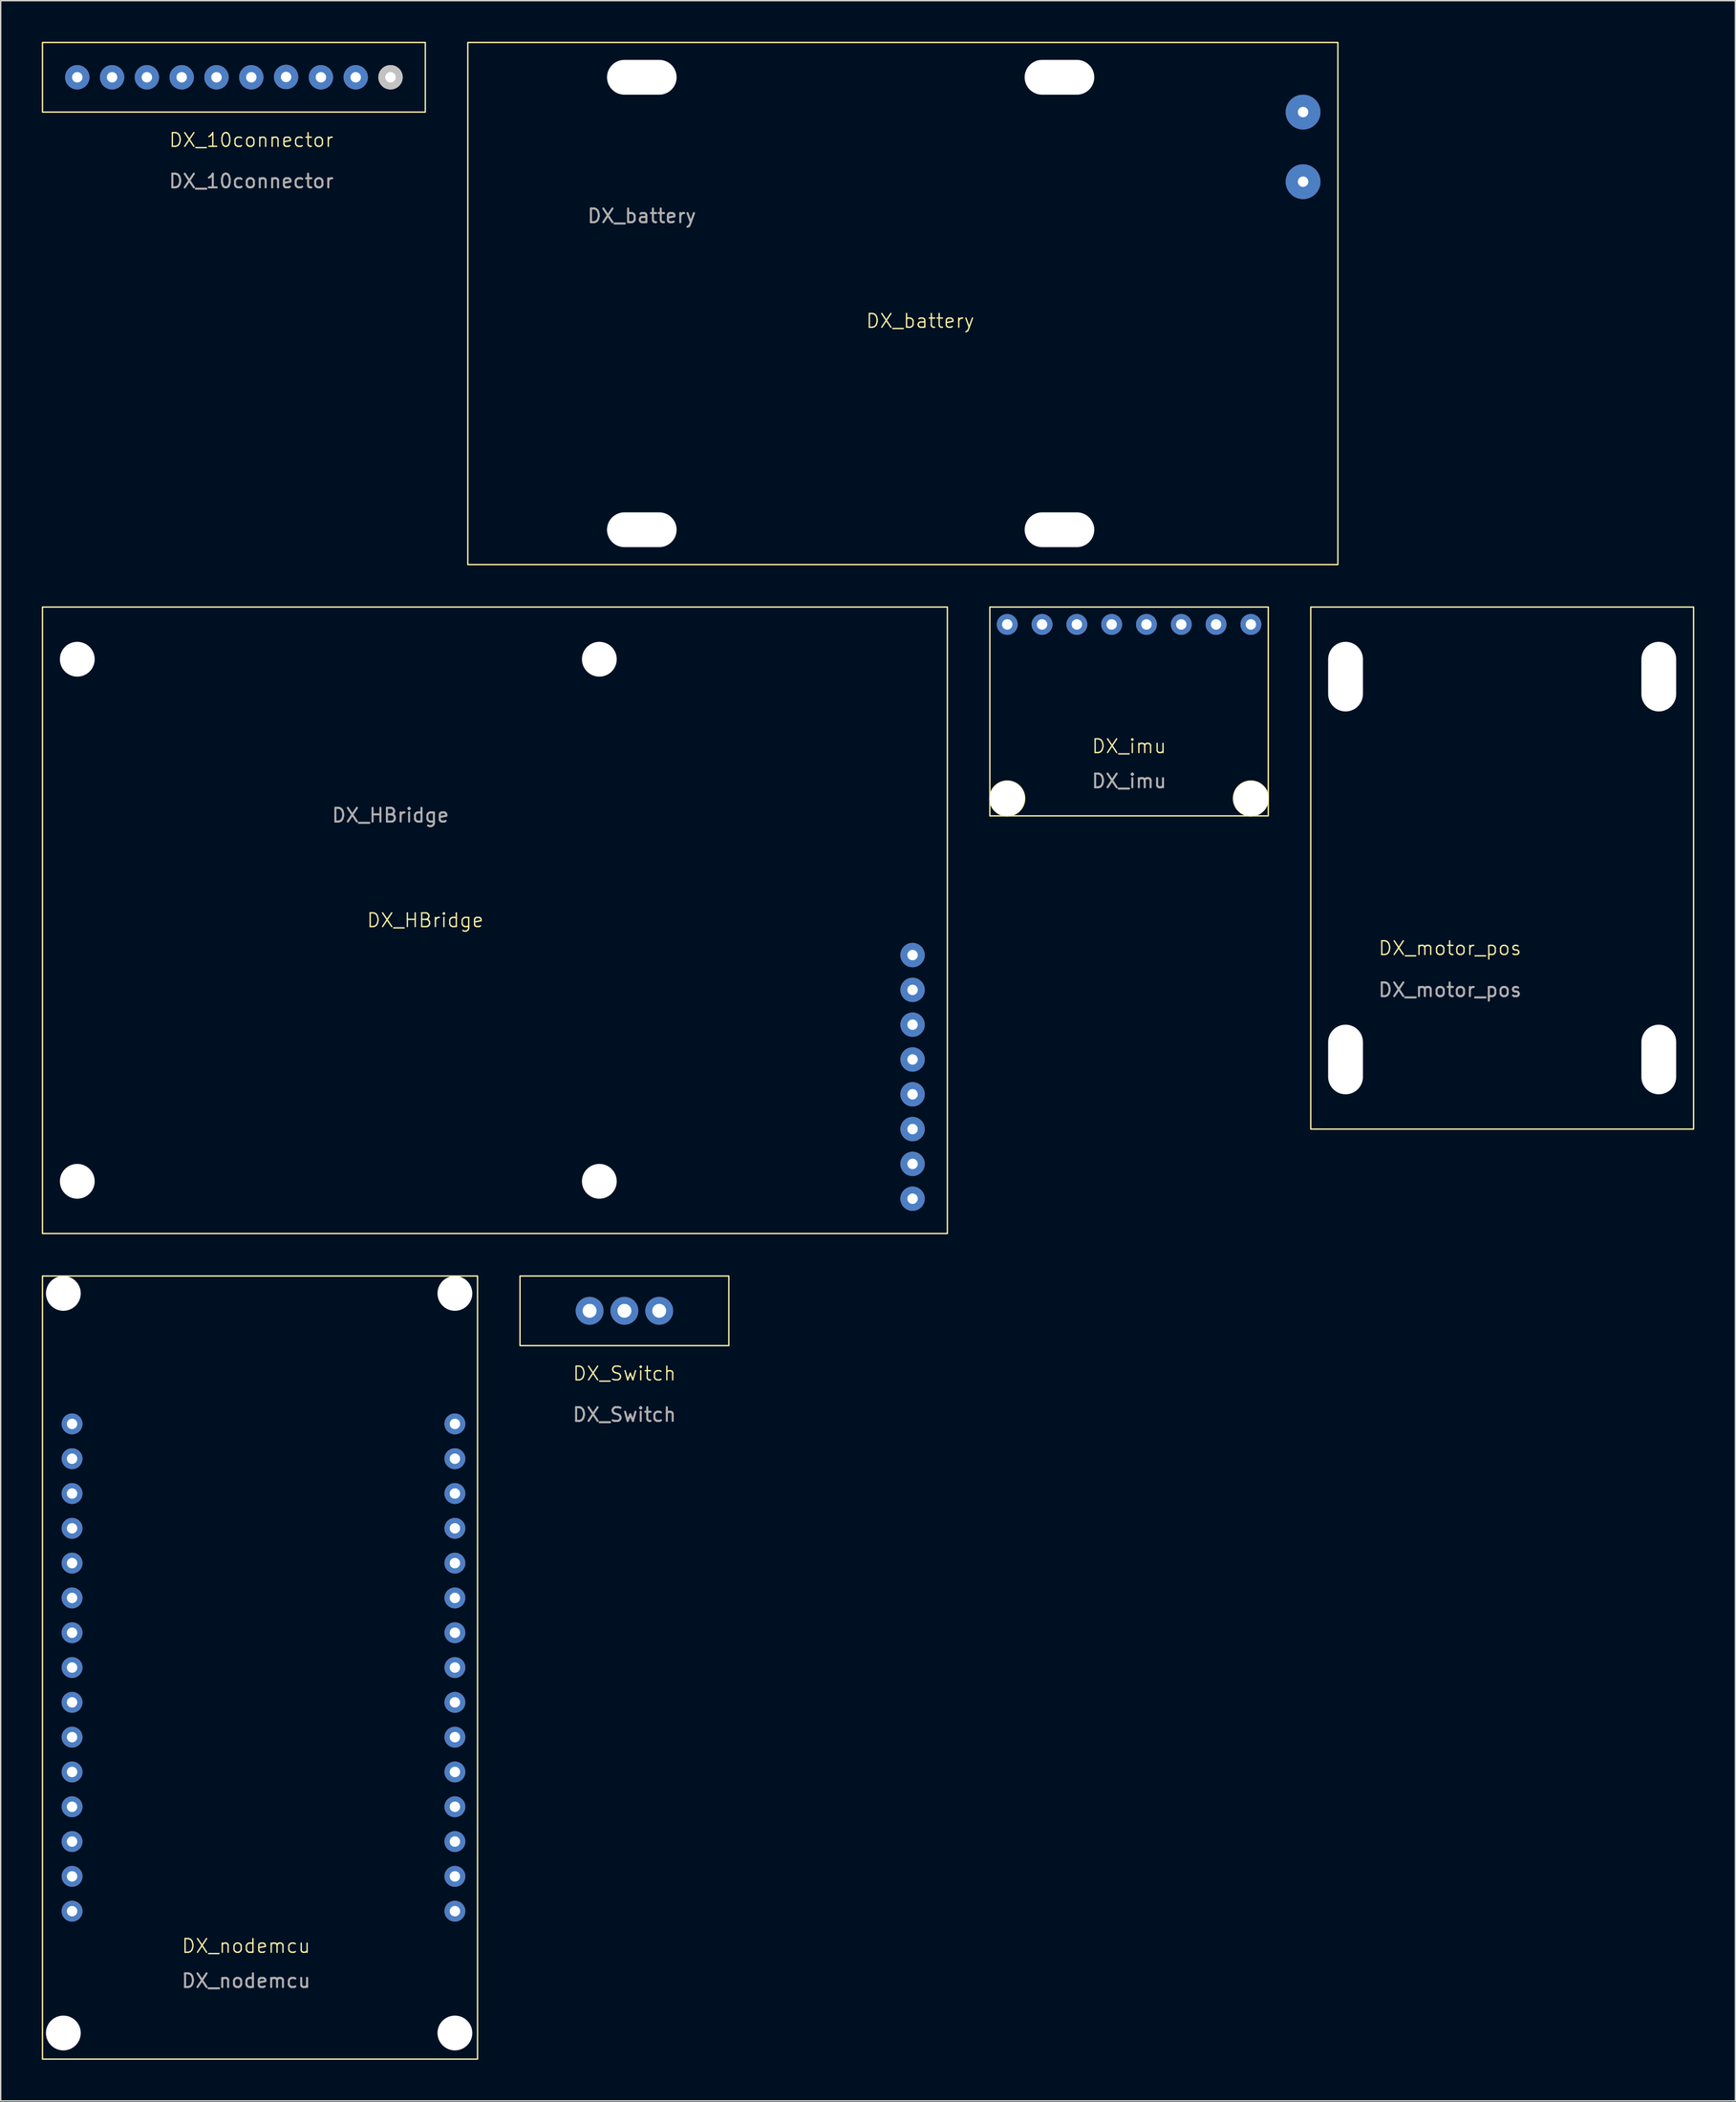
<source format=kicad_pcb>
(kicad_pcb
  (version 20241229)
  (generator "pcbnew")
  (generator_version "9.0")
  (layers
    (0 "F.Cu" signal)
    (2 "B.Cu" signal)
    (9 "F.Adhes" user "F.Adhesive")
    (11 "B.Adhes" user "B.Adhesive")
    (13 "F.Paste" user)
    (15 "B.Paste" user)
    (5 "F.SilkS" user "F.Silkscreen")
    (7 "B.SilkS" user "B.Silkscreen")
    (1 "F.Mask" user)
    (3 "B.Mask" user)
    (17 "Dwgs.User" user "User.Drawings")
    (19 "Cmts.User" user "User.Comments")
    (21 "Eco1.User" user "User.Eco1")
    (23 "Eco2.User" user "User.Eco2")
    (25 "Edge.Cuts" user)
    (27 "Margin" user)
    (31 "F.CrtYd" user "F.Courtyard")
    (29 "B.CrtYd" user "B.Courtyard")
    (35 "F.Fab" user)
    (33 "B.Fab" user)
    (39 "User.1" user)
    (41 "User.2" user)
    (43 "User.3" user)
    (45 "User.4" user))
  (footprint "DX_motor_pos"
    (layer "F.Cu")
    (at 102.77 66.65)
    (property "Reference" "DX_motor_pos" (at 0 -0.5 0) (unlocked yes) (layer "F.SilkS") (effects (font (size 1 1) (thickness 0.1))))
    (attr smd)
    (fp_rect (start -10.16 -25.4) (end 17.78 12.7) (stroke (width 0.1) (type default)) (fill no) (layer "F.SilkS"))
    (fp_text user "${REFERENCE}" (at 0 2.54 0) (unlocked yes) (layer "F.Fab") (effects (font (size 1 1) (thickness 0.15))))
    (pad "" np_thru_hole oval (at -7.62 -20.32 90) (size 5.08 2.54) (drill oval 5.08 2.54) (layers "*.Cu" "*.Mask"))
    (pad "" np_thru_hole oval (at -7.62 7.62 90) (size 5.08 2.54) (drill oval 5.08 2.54) (layers "*.Cu" "*.Mask"))
    (pad "" np_thru_hole oval (at 15.24 -20.32 90) (size 5.08 2.54) (drill oval 5.08 2.54) (layers "*.Cu" "*.Mask"))
    (pad "" np_thru_hole oval (at 15.24 7.62 90) (size 5.08 2.54) (drill oval 5.08 2.54) (layers "*.Cu" "*.Mask")))
  (footprint "DX_imu"
    (layer "F.Cu")
    (at 78.08 47.6)
    (property "Reference" "DX_imu" (at 1.27 3.81 0) (unlocked yes) (layer "F.SilkS") (effects (font (size 1 1) (thickness 0.1))))
    (attr through_hole)
    (fp_rect (start -8.89 -6.35) (end 11.43 8.89) (stroke (width 0.1) (type default)) (fill no) (layer "F.SilkS"))
    (fp_circle (center -7.62 7.62) (end -7.62 8.89) (stroke (width 0.1) (type default)) (fill no) (layer "F.SilkS"))
    (fp_circle (center 10.16 7.62) (end 11.43 7.62) (stroke (width 0.1) (type default)) (fill no) (layer "F.SilkS"))
    (fp_text user "${REFERENCE}" (at 1.27 6.35 0) (unlocked yes) (layer "F.Fab") (effects (font (size 1 1) (thickness 0.15))))
    (pad "" np_thru_hole circle (at -7.62 7.62) (size 2.54 2.54) (drill 2.54) (layers "*.Cu" "*.Mask"))
    (pad "" np_thru_hole circle (at 10.16 7.62) (size 2.54 2.54) (drill 2.54) (layers "*.Cu" "*.Mask"))
    (pad "1" thru_hole circle (at -7.62 -5.08) (size 1.524 1.524) (drill 0.762) (layers "*.Cu" "*.Mask"))
    (pad "2" thru_hole circle (at -5.08 -5.08) (size 1.524 1.524) (drill 0.762) (layers "*.Cu" "*.Mask"))
    (pad "3" thru_hole circle (at -2.54 -5.08) (size 1.524 1.524) (drill 0.762) (layers "*.Cu" "*.Mask"))
    (pad "4" thru_hole circle (at 0 -5.08) (size 1.524 1.524) (drill 0.762) (layers "*.Cu" "*.Mask"))
    (pad "5" thru_hole circle (at 2.54 -5.08) (size 1.524 1.524) (drill 0.762) (layers "*.Cu" "*.Mask"))
    (pad "6" thru_hole circle (at 5.08 -5.08) (size 1.524 1.524) (drill 0.762) (layers "*.Cu" "*.Mask"))
    (pad "7" thru_hole circle (at 7.62 -5.08) (size 1.524 1.524) (drill 0.762) (layers "*.Cu" "*.Mask"))
    (pad "8" thru_hole circle (at 10.16 -5.08) (size 1.524 1.524) (drill 0.762) (layers "*.Cu" "*.Mask")))
  (footprint "DX_10connector"
    (layer "F.Cu")
    (at 15.29 7.67)
    (property "Reference" "DX_10connector" (at 0 -0.5 0) (unlocked yes) (layer "F.SilkS") (effects (font (size 1 1) (thickness 0.1))))
    (attr smd)
    (fp_rect (start -15.24 -7.62) (end 12.7 -2.54) (stroke (width 0.1) (type default)) (fill no) (layer "F.SilkS"))
    (fp_text user "${REFERENCE}" (at 0 2.5 0) (unlocked yes) (layer "F.Fab") (effects (font (size 1 1) (thickness 0.15))))
    (pad "1" thru_hole circle (at -12.7 -5.08) (size 1.778 1.778) (drill 0.762) (layers "*.Cu" "*.Mask"))
    (pad "2" thru_hole circle (at -10.16 -5.08) (size 1.778 1.778) (drill 0.762) (layers "*.Cu" "*.Mask"))
    (pad "3" thru_hole circle (at -7.62 -5.08) (size 1.778 1.778) (drill 0.762) (layers "*.Cu" "*.Mask"))
    (pad "4" thru_hole circle (at -5.08 -5.08) (size 1.778 1.778) (drill 0.762) (layers "*.Cu" "*.Mask"))
    (pad "5" thru_hole circle (at -2.54 -5.08) (size 1.778 1.778) (drill 0.762) (layers "*.Cu" "*.Mask"))
    (pad "6" thru_hole circle (at 0 -5.08) (size 1.778 1.778) (drill 0.762) (layers "*.Cu" "*.Mask"))
    (pad "7" thru_hole circle (at 2.54 -5.103) (size 1.778 1.778) (drill 0.762) (layers "*.Cu" "*.Mask"))
    (pad "8" thru_hole circle (at 5.08 -5.08) (size 1.778 1.778) (drill 0.762) (layers "*.Cu" "*.Mask"))
    (pad "9" thru_hole circle (at 7.62 -5.08) (size 1.778 1.778) (drill 0.762) (layers "*.Cu" "*.Mask"))
    (pad "10" thru_hole circle (at 10.16 -5.08) (size 1.778 1.778) (drill 0.762) (layers "*.Cu" "*.Mask" "Dwgs.User")))
  (footprint "DX_nodemcu"
    (layer "F.Cu")
    (at 9.829 126.265)
    (property "Reference" "DX_nodemcu" (at 5.08 12.7 0) (unlocked yes) (layer "F.SilkS") (effects (font (size 1 1) (thickness 0.1))))
    (attr through_hole)
    (fp_rect (start -9.779 -36.195) (end 21.971 20.955) (stroke (width 0.1) (type default)) (fill no) (layer "F.SilkS"))
    (fp_text user "${REFERENCE}" (at 5.08 15.24 0) (unlocked yes) (layer "F.Fab") (effects (font (size 1 1) (thickness 0.15))))
    (pad "" np_thru_hole circle (at -8.255 -34.925) (size 2.54 2.54) (drill 2.54) (layers "*.Cu" "*.Mask"))
    (pad "" np_thru_hole circle (at -8.255 19.05) (size 2.54 2.54) (drill 2.54) (layers "*.Cu" "*.Mask"))
    (pad "" np_thru_hole circle (at 20.32 -34.925) (size 2.54 2.54) (drill 2.54) (layers "*.Cu" "*.Mask"))
    (pad "" np_thru_hole circle (at 20.32 19.05) (size 2.54 2.54) (drill 2.54) (layers "*.Cu" "*.Mask"))
    (pad "1" thru_hole circle (at -7.62 -25.4) (size 1.524 1.524) (drill 0.762) (layers "*.Cu" "*.Mask"))
    (pad "2" thru_hole circle (at -7.62 -22.86) (size 1.524 1.524) (drill 0.762) (layers "*.Cu" "*.Mask"))
    (pad "3" thru_hole circle (at -7.62 -20.32) (size 1.524 1.524) (drill 0.762) (layers "*.Cu" "*.Mask"))
    (pad "4" thru_hole circle (at -7.62 -17.78) (size 1.524 1.524) (drill 0.762) (layers "*.Cu" "*.Mask"))
    (pad "5" thru_hole circle (at -7.62 -15.24) (size 1.524 1.524) (drill 0.762) (layers "*.Cu" "*.Mask"))
    (pad "6" thru_hole circle (at -7.62 -12.7) (size 1.524 1.524) (drill 0.762) (layers "*.Cu" "*.Mask"))
    (pad "7" thru_hole circle (at -7.62 -10.16) (size 1.524 1.524) (drill 0.762) (layers "*.Cu" "*.Mask"))
    (pad "8" thru_hole circle (at -7.62 -7.62) (size 1.524 1.524) (drill 0.762) (layers "*.Cu" "*.Mask"))
    (pad "9" thru_hole circle (at -7.62 -5.08) (size 1.524 1.524) (drill 0.762) (layers "*.Cu" "*.Mask"))
    (pad "10" thru_hole circle (at -7.62 -2.54) (size 1.524 1.524) (drill 0.762) (layers "*.Cu" "*.Mask"))
    (pad "11" thru_hole circle (at -7.62 0) (size 1.524 1.524) (drill 0.762) (layers "*.Cu" "*.Mask"))
    (pad "12" thru_hole circle (at -7.62 2.54) (size 1.524 1.524) (drill 0.762) (layers "*.Cu" "*.Mask"))
    (pad "13" thru_hole circle (at -7.62 5.08) (size 1.524 1.524) (drill 0.762) (layers "*.Cu" "*.Mask"))
    (pad "14" thru_hole circle (at -7.62 7.62) (size 1.524 1.524) (drill 0.762) (layers "*.Cu" "*.Mask"))
    (pad "15" thru_hole circle (at -7.62 10.16) (size 1.524 1.524) (drill 0.762) (layers "*.Cu" "*.Mask"))
    (pad "16" thru_hole circle (at 20.32 -25.4) (size 1.524 1.524) (drill 0.762) (layers "*.Cu" "*.Mask"))
    (pad "17" thru_hole circle (at 20.32 -22.86) (size 1.524 1.524) (drill 0.762) (layers "*.Cu" "*.Mask"))
    (pad "18" thru_hole circle (at 20.32 -20.32) (size 1.524 1.524) (drill 0.762) (layers "*.Cu" "*.Mask"))
    (pad "19" thru_hole circle (at 20.32 -17.78) (size 1.524 1.524) (drill 0.762) (layers "*.Cu" "*.Mask"))
    (pad "20" thru_hole circle (at 20.32 -15.24) (size 1.524 1.524) (drill 0.762) (layers "*.Cu" "*.Mask"))
    (pad "21" thru_hole circle (at 20.32 -12.7) (size 1.524 1.524) (drill 0.762) (layers "*.Cu" "*.Mask"))
    (pad "22" thru_hole circle (at 20.32 -10.16) (size 1.524 1.524) (drill 0.762) (layers "*.Cu" "*.Mask"))
    (pad "23" thru_hole circle (at 20.32 -7.62) (size 1.524 1.524) (drill 0.762) (layers "*.Cu" "*.Mask"))
    (pad "24" thru_hole circle (at 20.32 -5.08) (size 1.524 1.524) (drill 0.762) (layers "*.Cu" "*.Mask"))
    (pad "25" thru_hole circle (at 20.32 -2.54) (size 1.524 1.524) (drill 0.762) (layers "*.Cu" "*.Mask"))
    (pad "26" thru_hole circle (at 20.32 0) (size 1.524 1.524) (drill 0.762) (layers "*.Cu" "*.Mask"))
    (pad "27" thru_hole circle (at 20.32 2.54) (size 1.524 1.524) (drill 0.762) (layers "*.Cu" "*.Mask"))
    (pad "28" thru_hole circle (at 20.32 5.08) (size 1.524 1.524) (drill 0.762) (layers "*.Cu" "*.Mask"))
    (pad "29" thru_hole circle (at 20.32 7.62) (size 1.524 1.524) (drill 0.762) (layers "*.Cu" "*.Mask"))
    (pad "30" thru_hole circle (at 20.32 10.16) (size 1.524 1.524) (drill 0.762) (layers "*.Cu" "*.Mask")))
  (footprint "DX_HBridge"
    (layer "F.Cu")
    (at 25.45 53.95)
    (property "Reference" "DX_HBridge" (at 2.54 10.16 0) (unlocked yes) (layer "F.SilkS") (effects (font (size 1 1) (thickness 0.1))))
    (attr through_hole)
    (fp_rect (start -25.4 -12.7) (end 40.64 33.02) (stroke (width 0.1) (type default)) (fill no) (layer "F.SilkS"))
    (fp_text user "${REFERENCE}" (at 0 2.5 0) (unlocked yes) (layer "F.Fab") (effects (font (size 1 1) (thickness 0.15))))
    (pad "" np_thru_hole circle (at -22.86 -8.89) (size 2.54 2.54) (drill 2.54) (layers "*.Cu" "*.Mask"))
    (pad "" np_thru_hole circle (at -22.86 29.21) (size 2.54 2.54) (drill 2.54) (layers "*.Cu" "*.Mask"))
    (pad "" np_thru_hole circle (at 15.24 -8.89) (size 2.54 2.54) (drill 2.54) (layers "*.Cu" "*.Mask"))
    (pad "" np_thru_hole circle (at 15.24 29.21) (size 2.54 2.54) (drill 2.54) (layers "*.Cu" "*.Mask"))
    (pad "1" thru_hole circle (at 38.1 12.7) (size 1.778 1.778) (drill 0.762) (layers "*.Cu" "*.Mask"))
    (pad "2" thru_hole circle (at 38.1 15.24) (size 1.778 1.778) (drill 0.762) (layers "*.Cu" "*.Mask"))
    (pad "3" thru_hole circle (at 38.1 17.78) (size 1.778 1.778) (drill 0.762) (layers "*.Cu" "*.Mask"))
    (pad "4" thru_hole circle (at 38.1 20.32) (size 1.778 1.778) (drill 0.762) (layers "*.Cu" "*.Mask"))
    (pad "5" thru_hole circle (at 38.1 22.86) (size 1.778 1.778) (drill 0.762) (layers "*.Cu" "*.Mask"))
    (pad "6" thru_hole circle (at 38.1 25.4) (size 1.778 1.778) (drill 0.762) (layers "*.Cu" "*.Mask"))
    (pad "7" thru_hole circle (at 38.1 27.94) (size 1.778 1.778) (drill 0.762) (layers "*.Cu" "*.Mask"))
    (pad "8" thru_hole circle (at 38.1 30.48) (size 1.778 1.778) (drill 0.762) (layers "*.Cu" "*.Mask")))
  (footprint "DX_battery"
    (layer "F.Cu")
    (at 43.79 10.21)
    (property "Reference" "DX_battery" (at 20.32 10.16 0) (unlocked yes) (layer "F.SilkS") (effects (font (size 1 1) (thickness 0.1))))
    (attr through_hole)
    (fp_rect (start -12.7 -10.16) (end 50.8 27.94) (stroke (width 0.1) (type default)) (fill no) (layer "F.SilkS"))
    (fp_text user "${REFERENCE}" (at 0 2.5 0) (unlocked yes) (layer "F.Fab") (effects (font (size 1 1) (thickness 0.15))))
    (pad "" np_thru_hole oval (at 0 -7.62) (size 5.08 2.54) (drill oval 5.08 2.54) (layers "*.Cu" "*.Mask"))
    (pad "" np_thru_hole oval (at 0 25.4) (size 5.08 2.54) (drill oval 5.08 2.54) (layers "*.Cu" "*.Mask"))
    (pad "" np_thru_hole oval (at 30.48 -7.62) (size 5.08 2.54) (drill oval 5.08 2.54) (layers "*.Cu" "*.Mask"))
    (pad "" np_thru_hole oval (at 30.48 25.4) (size 5.08 2.54) (drill oval 5.08 2.54) (layers "*.Cu" "*.Mask"))
    (pad "1" thru_hole circle (at 48.26 -5.08) (size 2.54 2.54) (drill 0.762) (layers "*.Cu" "*.Mask"))
    (pad "2" thru_hole circle (at 48.26 0) (size 2.54 2.54) (drill 0.762) (layers "*.Cu" "*.Mask")))
  (footprint "DX_Switch"
    (layer "F.Cu")
    (at 42.52 97.69)
    (property "Reference" "DX_Switch" (at 0 -0.5 0) (unlocked yes) (layer "F.SilkS") (effects (font (size 1 1) (thickness 0.1))))
    (attr smd)
    (fp_rect (start -7.62 -2.54) (end 7.62 -7.62) (stroke (width 0.1) (type default)) (fill no) (layer "F.SilkS"))
    (fp_text user "${REFERENCE}" (at 0 2.5 0) (unlocked yes) (layer "F.Fab") (effects (font (size 1 1) (thickness 0.15))))
    (pad "1" thru_hole circle (at -2.54 -5.08) (size 2.032 2.032) (drill 1.016) (layers "*.Cu" "*.Mask"))
    (pad "2" thru_hole circle (at 0 -5.08) (size 2.032 2.032) (drill 1.016) (layers "*.Cu" "*.Mask"))
    (pad "3" thru_hole circle (at 2.54 -5.08) (size 2.032 2.032) (drill 1.016) (layers "*.Cu" "*.Mask")))
  (gr_rect
    (start -3 -3)
    (end 123.6 150.27)
    (stroke (width 0.1) (type default))
    (fill no)
    (layer "Edge.Cuts")))
</source>
